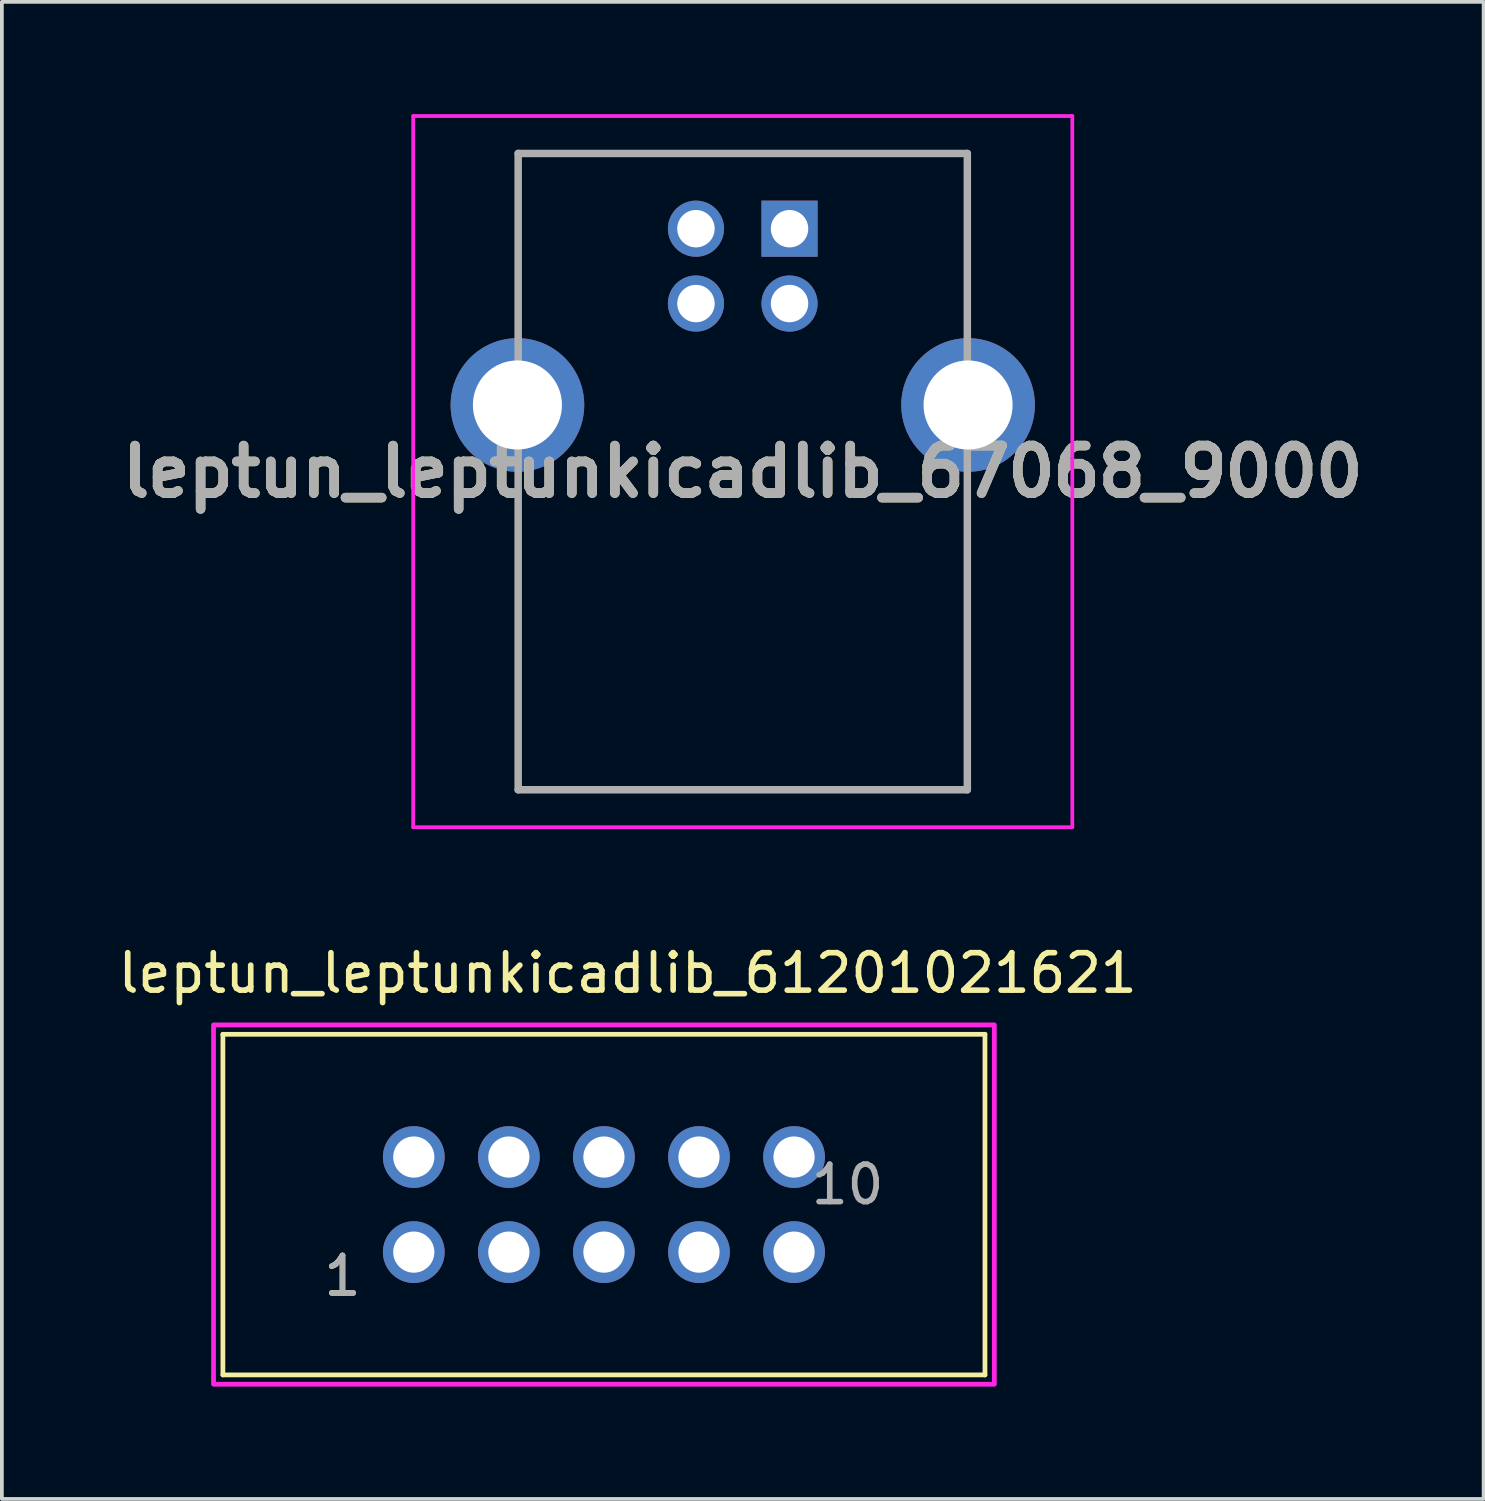
<source format=kicad_pcb>
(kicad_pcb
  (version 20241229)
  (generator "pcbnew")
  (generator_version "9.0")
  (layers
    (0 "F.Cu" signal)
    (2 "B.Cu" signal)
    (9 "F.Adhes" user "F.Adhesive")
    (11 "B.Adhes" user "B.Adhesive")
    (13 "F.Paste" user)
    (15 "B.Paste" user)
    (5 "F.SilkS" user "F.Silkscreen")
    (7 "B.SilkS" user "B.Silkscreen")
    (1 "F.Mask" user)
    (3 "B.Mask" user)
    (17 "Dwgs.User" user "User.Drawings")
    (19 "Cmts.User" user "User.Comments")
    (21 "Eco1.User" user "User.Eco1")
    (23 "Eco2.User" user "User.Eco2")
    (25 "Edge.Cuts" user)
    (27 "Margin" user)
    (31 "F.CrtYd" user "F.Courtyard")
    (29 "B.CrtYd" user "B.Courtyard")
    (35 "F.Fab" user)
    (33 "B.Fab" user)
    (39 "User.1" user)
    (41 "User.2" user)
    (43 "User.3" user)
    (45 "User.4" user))
  (footprint "leptun_leptunkicadlib_61201021621"
    (layer "F.Cu")
    (at 13.085 29.133)
    (property "Reference" "leptun_leptunkicadlib_61201021621" (at 0.635 -6.185 0) (layer "F.SilkS") (effects (font (size 1 1) (thickness 0.15))))
    (attr through_hole)
    (fp_line (start -10.18 -4.55) (end 10.18 -4.55) (stroke (width 0.127) (type solid)) (layer "F.SilkS"))
    (fp_line (start -10.18 4.55) (end -10.18 -4.55) (stroke (width 0.127) (type solid)) (layer "F.SilkS"))
    (fp_line (start 10.18 -4.55) (end 10.18 4.55) (stroke (width 0.127) (type solid)) (layer "F.SilkS"))
    (fp_line (start 10.18 4.55) (end -10.18 4.55) (stroke (width 0.127) (type solid)) (layer "F.SilkS"))
    (fp_poly (pts (xy -10.43 -4.8) (xy 10.43 -4.8) (xy 10.43 4.8) (xy -10.43 4.8)) (stroke (width 0.127) (type solid)) (fill no) (layer "F.CrtYd"))
    (fp_text user "1" (at -6.985 1.905 0) (layer "F.SilkS") (effects (font (size 1 1) (thickness 0.15))))
    (fp_text user "1" (at -6.985 1.905 0) (layer "F.Fab") (effects (font (size 1 1) (thickness 0.15))))
    (fp_text user "10" (at 6.51 -0.535 0) (layer "F.Fab") (effects (font (size 1 1) (thickness 0.15))))
    (pad "1" thru_hole circle (at -5.08 1.27) (size 1.65 1.65) (drill 1.1) (layers "*.Cu" "*.Mask"))
    (pad "2" thru_hole circle (at -5.08 -1.27) (size 1.65 1.65) (drill 1.1) (layers "*.Cu" "*.Mask"))
    (pad "3" thru_hole circle (at -2.54 1.27) (size 1.65 1.65) (drill 1.1) (layers "*.Cu" "*.Mask"))
    (pad "4" thru_hole circle (at -2.54 -1.27) (size 1.65 1.65) (drill 1.1) (layers "*.Cu" "*.Mask"))
    (pad "5" thru_hole circle (at 0 1.27) (size 1.65 1.65) (drill 1.1) (layers "*.Cu" "*.Mask"))
    (pad "6" thru_hole circle (at 0 -1.27) (size 1.65 1.65) (drill 1.1) (layers "*.Cu" "*.Mask"))
    (pad "7" thru_hole circle (at 2.54 1.27) (size 1.65 1.65) (drill 1.1) (layers "*.Cu" "*.Mask"))
    (pad "8" thru_hole circle (at 2.54 -1.27) (size 1.65 1.65) (drill 1.1) (layers "*.Cu" "*.Mask"))
    (pad "9" thru_hole circle (at 5.08 1.27) (size 1.65 1.65) (drill 1.1) (layers "*.Cu" "*.Mask"))
    (pad "10" thru_hole circle (at 5.08 -1.27) (size 1.65 1.65) (drill 1.1) (layers "*.Cu" "*.Mask")))
  (footprint "leptun_leptunkicadlib_67068_9000"
    (layer "F.Cu")
    (at 18.044 3.06)
    (property "Reference" "leptun_leptunkicadlib_67068_9000" (at -1.25 6.49 0) (layer "F.SilkS") (effects (font (size 1.27 1.27) (thickness 0.254))))
    (attr through_hole)
    (fp_line (start -7.27 14.99) (end 4.75 14.99) (stroke (width 0.1) (type solid)) (layer "F.SilkS"))
    (fp_line (start -7.25 -2.01) (end 4.75 -2.01) (stroke (width 0.1) (type solid)) (layer "F.SilkS"))
    (fp_line (start -7.25 2.71) (end -7.25 -2.01) (stroke (width 0.1) (type solid)) (layer "F.SilkS"))
    (fp_line (start -7.25 6.71) (end -7.27 14.99) (stroke (width 0.1) (type solid)) (layer "F.SilkS"))
    (fp_line (start 4.75 -2.01) (end 4.75 2.71) (stroke (width 0.1) (type solid)) (layer "F.SilkS"))
    (fp_line (start 4.75 14.99) (end 4.77 6.71) (stroke (width 0.1) (type solid)) (layer "F.SilkS"))
    (fp_line (start -10.055 -3.01) (end 7.555 -3.01) (stroke (width 0.1) (type solid)) (layer "F.CrtYd"))
    (fp_line (start -10.055 15.99) (end -10.055 -3.01) (stroke (width 0.1) (type solid)) (layer "F.CrtYd"))
    (fp_line (start 7.555 -3.01) (end 7.555 15.99) (stroke (width 0.1) (type solid)) (layer "F.CrtYd"))
    (fp_line (start 7.555 15.99) (end -10.055 15.99) (stroke (width 0.1) (type solid)) (layer "F.CrtYd"))
    (fp_line (start -7.25 -2.01) (end 4.75 -2.01) (stroke (width 0.2) (type solid)) (layer "F.Fab"))
    (fp_line (start -7.25 14.99) (end -7.25 -2.01) (stroke (width 0.2) (type solid)) (layer "F.Fab"))
    (fp_line (start 4.75 -2.01) (end 4.75 14.99) (stroke (width 0.2) (type solid)) (layer "F.Fab"))
    (fp_line (start 4.75 14.99) (end -7.25 14.99) (stroke (width 0.2) (type solid)) (layer "F.Fab"))
    (fp_text user "${REFERENCE}" (at -1.25 6.49 0) (layer "F.Fab") (effects (font (size 1.27 1.27) (thickness 0.254))))
    (pad "1" thru_hole rect (at 0 0) (size 1.5 1.5) (drill 1) (layers "*.Cu" "*.Mask"))
    (pad "2" thru_hole circle (at -2.5 0) (size 1.5 1.5) (drill 1) (layers "*.Cu" "*.Mask"))
    (pad "3" thru_hole circle (at -2.5 2) (size 1.5 1.5) (drill 1) (layers "*.Cu" "*.Mask"))
    (pad "4" thru_hole circle (at 0 2) (size 1.5 1.5) (drill 1) (layers "*.Cu" "*.Mask"))
    (pad "5" thru_hole circle (at -7.27 4.71) (size 3.57 3.57) (drill 2.38) (layers "*.Cu" "*.Mask"))
    (pad "5" thru_hole circle (at 4.77 4.71) (size 3.57 3.57) (drill 2.38) (layers "*.Cu" "*.Mask")))
  (gr_rect
    (start -3 -3)
    (end 36.588 36.997)
    (stroke (width 0.1) (type default))
    (fill no)
    (layer "Edge.Cuts")))
</source>
